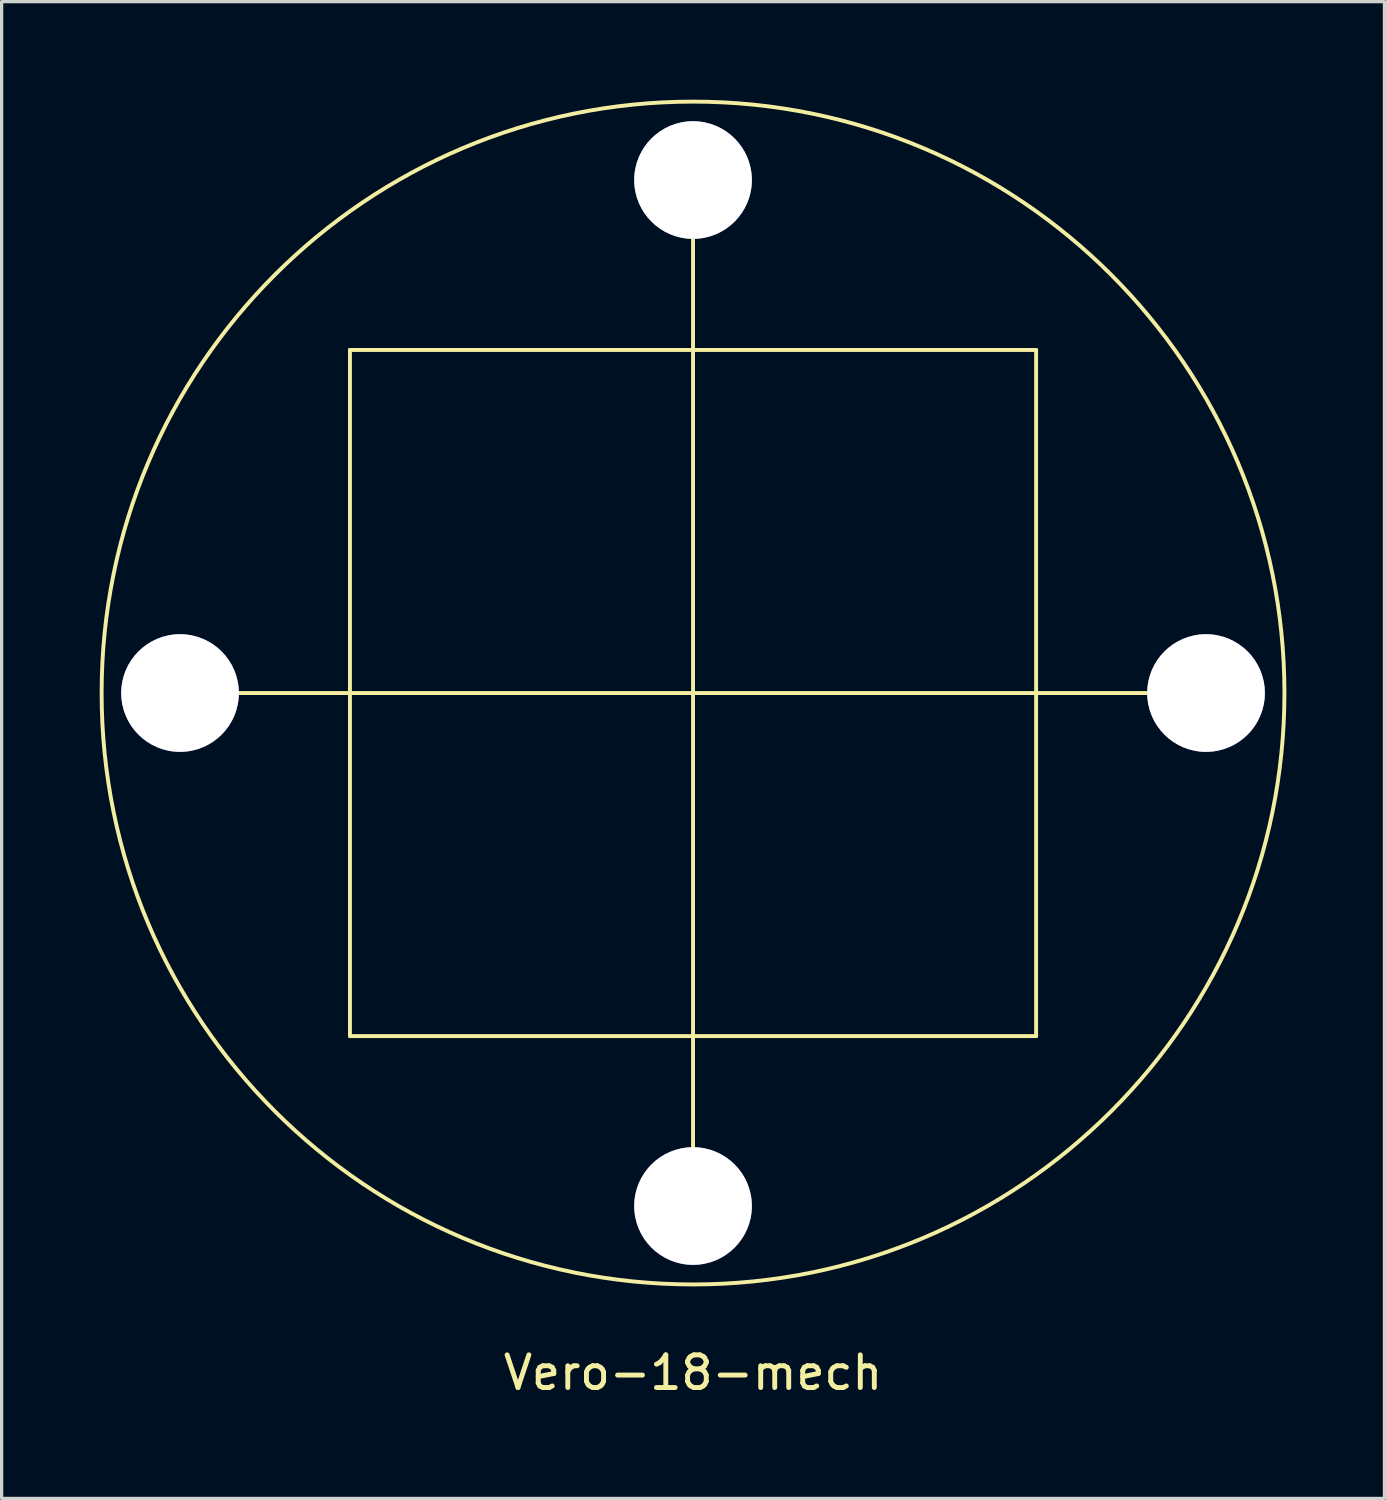
<source format=kicad_pcb>
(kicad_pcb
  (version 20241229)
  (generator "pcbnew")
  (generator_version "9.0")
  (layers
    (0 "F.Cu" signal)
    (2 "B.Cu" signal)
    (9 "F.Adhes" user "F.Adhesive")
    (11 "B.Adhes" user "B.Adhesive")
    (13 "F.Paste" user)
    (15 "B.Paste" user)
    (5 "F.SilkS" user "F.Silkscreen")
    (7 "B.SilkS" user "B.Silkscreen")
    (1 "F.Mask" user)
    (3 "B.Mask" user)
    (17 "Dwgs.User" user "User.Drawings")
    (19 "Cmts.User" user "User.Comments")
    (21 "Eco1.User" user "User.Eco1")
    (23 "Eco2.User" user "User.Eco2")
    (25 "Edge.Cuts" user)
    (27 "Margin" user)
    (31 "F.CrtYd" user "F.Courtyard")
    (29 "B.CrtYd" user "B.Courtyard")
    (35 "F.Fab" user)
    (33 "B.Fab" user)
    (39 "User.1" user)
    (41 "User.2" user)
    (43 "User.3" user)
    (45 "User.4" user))
  (footprint "Vero-18-mech"
    (layer "F.Cu")
    (at 18.16 18.16)
    (property "Reference" "Vero-18-mech" (at 0 20.8 0) (layer "F.SilkS") (effects (font (size 1 1) (thickness 0.15))))
    (attr through_hole)
    (fp_line (start -15.7 0) (end 15.7 0) (stroke (width 0.12) (type solid)) (layer "F.SilkS"))
    (fp_line (start -10.5 -10.5) (end -10.5 10.5) (stroke (width 0.12) (type solid)) (layer "F.SilkS"))
    (fp_line (start -10.5 -10.5) (end 10.5 -10.5) (stroke (width 0.12) (type solid)) (layer "F.SilkS"))
    (fp_line (start -10.5 10.5) (end 10.5 10.5) (stroke (width 0.12) (type solid)) (layer "F.SilkS"))
    (fp_line (start 0 -15.7) (end 0 15.7) (stroke (width 0.12) (type solid)) (layer "F.SilkS"))
    (fp_line (start 10.5 10.5) (end 10.5 -10.5) (stroke (width 0.12) (type solid)) (layer "F.SilkS"))
    (fp_circle (center 0 0) (end 18.1 0) (stroke (width 0.12) (type solid)) (fill no) (layer "F.SilkS"))
    (pad "0" thru_hole circle (at -15.7 0) (size 3.6 3.6) (drill 3.6) (layers "*.Cu" "*.Mask"))
    (pad "0" thru_hole circle (at 0 -15.7) (size 3.6 3.6) (drill 3.6) (layers "*.Cu" "*.Mask"))
    (pad "0" thru_hole circle (at 0 15.7) (size 3.6 3.6) (drill 3.6) (layers "*.Cu" "*.Mask"))
    (pad "0" thru_hole circle (at 15.7 0) (size 3.6 3.6) (drill 3.6) (layers "*.Cu" "*.Mask")))
  (gr_rect
    (start -3 -3)
    (end 39.32 42.808)
    (stroke (width 0.1) (type default))
    (fill no)
    (layer "Edge.Cuts")))
</source>
